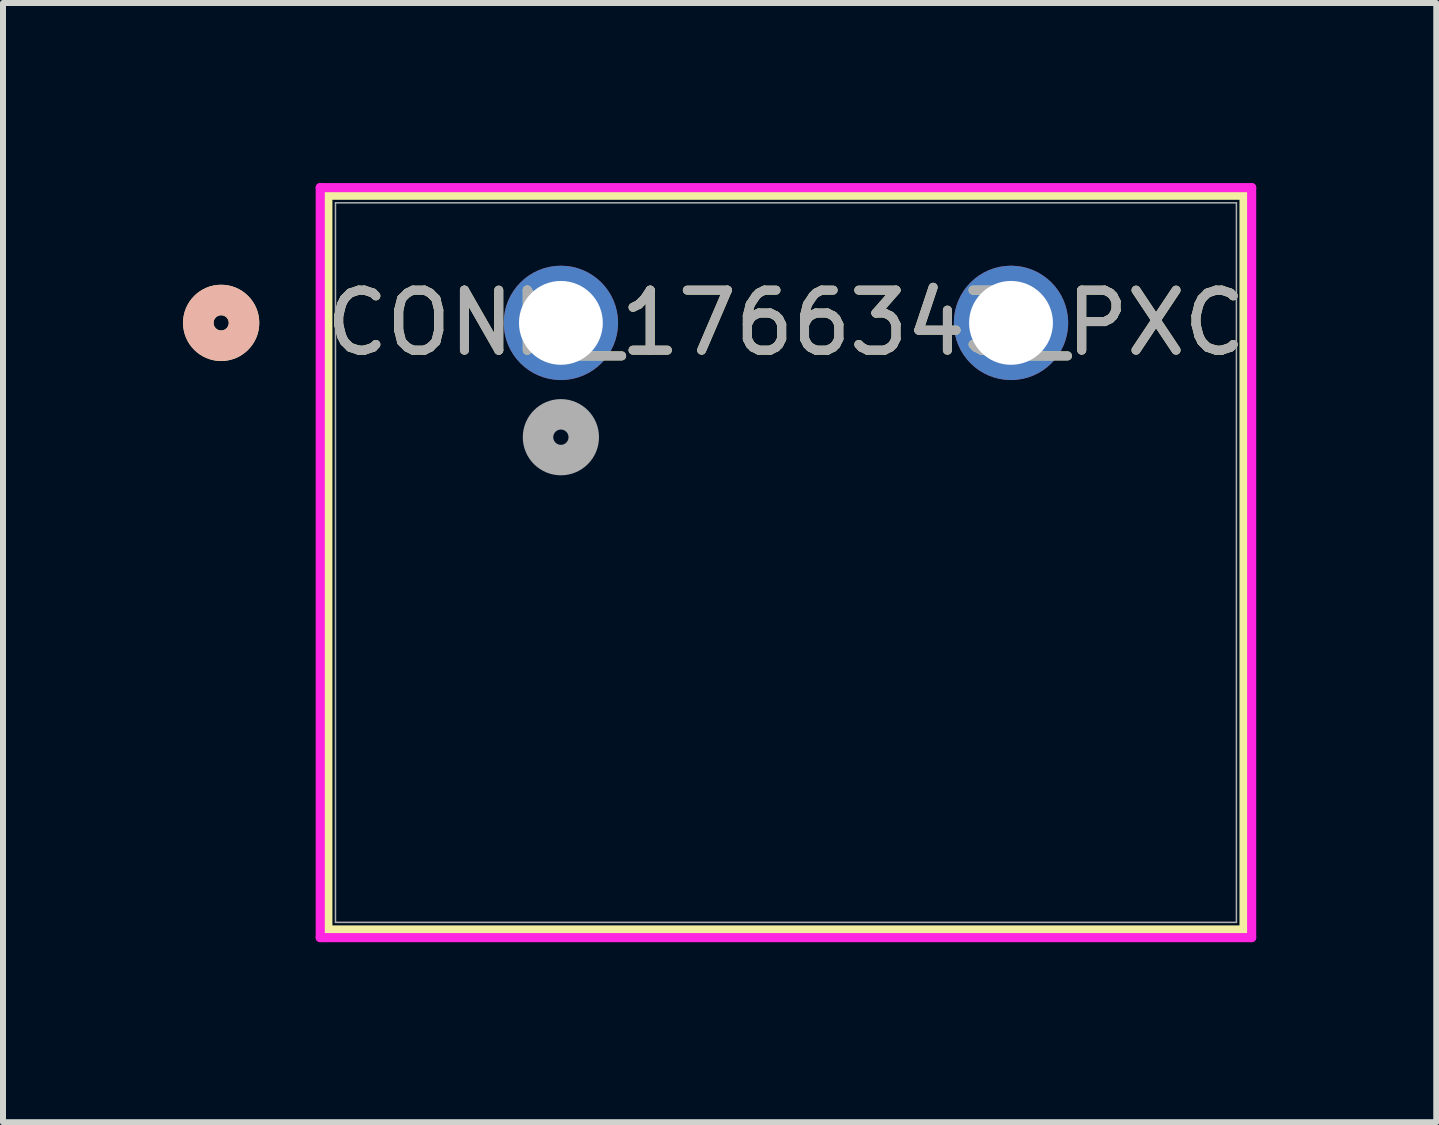
<source format=kicad_pcb>
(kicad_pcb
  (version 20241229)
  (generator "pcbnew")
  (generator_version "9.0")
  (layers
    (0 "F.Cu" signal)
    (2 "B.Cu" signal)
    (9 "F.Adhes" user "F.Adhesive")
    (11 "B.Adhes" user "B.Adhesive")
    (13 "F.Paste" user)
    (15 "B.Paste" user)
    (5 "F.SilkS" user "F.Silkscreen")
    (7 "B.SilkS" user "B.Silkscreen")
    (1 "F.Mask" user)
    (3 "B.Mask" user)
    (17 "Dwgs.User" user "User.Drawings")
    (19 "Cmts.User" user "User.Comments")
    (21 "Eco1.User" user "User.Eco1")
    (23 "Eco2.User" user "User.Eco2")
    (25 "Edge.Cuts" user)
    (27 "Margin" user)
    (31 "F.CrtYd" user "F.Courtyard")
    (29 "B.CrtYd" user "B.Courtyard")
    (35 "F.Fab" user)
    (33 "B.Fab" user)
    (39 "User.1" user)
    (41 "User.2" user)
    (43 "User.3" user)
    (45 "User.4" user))
  (footprint "CONN_1766343_PXC"
    (layer "F.Cu")
    (at 6.296 2.33)
    (property "Reference" "CONN_1766343_PXC" (at 3.75 0 0) (unlocked yes) (layer "F.SilkS") (effects (font (size 1 1) (thickness 0.15))))
    (attr through_hole)
    (fp_line (start -3.883 -2.127) (end -3.883 10.116) (stroke (width 0.152) (type solid)) (layer "F.SilkS"))
    (fp_line (start -3.883 10.116) (end 11.383 10.116) (stroke (width 0.152) (type solid)) (layer "F.SilkS"))
    (fp_line (start 11.383 -2.127) (end -3.883 -2.127) (stroke (width 0.152) (type solid)) (layer "F.SilkS"))
    (fp_line (start 11.383 10.116) (end 11.383 -2.127) (stroke (width 0.152) (type solid)) (layer "F.SilkS"))
    (fp_circle (center -5.661 0) (end -5.28 0) (stroke (width 0.508) (type solid)) (fill no) (layer "F.SilkS"))
    (fp_circle (center -5.661 0) (end -5.28 0) (stroke (width 0.508) (type solid)) (fill no) (layer "B.SilkS"))
    (fp_line (start -4.01 -2.254) (end -4.01 10.243) (stroke (width 0.152) (type solid)) (layer "F.CrtYd"))
    (fp_line (start -4.01 10.243) (end 11.51 10.243) (stroke (width 0.152) (type solid)) (layer "F.CrtYd"))
    (fp_line (start 11.51 -2.254) (end -4.01 -2.254) (stroke (width 0.152) (type solid)) (layer "F.CrtYd"))
    (fp_line (start 11.51 10.243) (end 11.51 -2.254) (stroke (width 0.152) (type solid)) (layer "F.CrtYd"))
    (fp_line (start -3.756 -2) (end -3.756 9.989) (stroke (width 0.025) (type solid)) (layer "F.Fab"))
    (fp_line (start -3.756 9.989) (end 11.256 9.989) (stroke (width 0.025) (type solid)) (layer "F.Fab"))
    (fp_line (start 11.256 -2) (end -3.756 -2) (stroke (width 0.025) (type solid)) (layer "F.Fab"))
    (fp_line (start 11.256 9.989) (end 11.256 -2) (stroke (width 0.025) (type solid)) (layer "F.Fab"))
    (fp_circle (center 0 1.905) (end 0.381 1.905) (stroke (width 0.508) (type solid)) (fill no) (layer "F.Fab"))
    (fp_text user "${REFERENCE}" (at 3.75 0 0) (unlocked yes) (layer "F.Fab") (effects (font (size 1 1) (thickness 0.15))))
    (pad "1" thru_hole circle (at 0 0) (size 1.905 1.905) (drill 1.397) (layers "*.Cu" "*.Mask"))
    (pad "2" thru_hole circle (at 7.5 0) (size 1.905 1.905) (drill 1.397) (layers "*.Cu" "*.Mask")))
  (gr_rect
    (start -3 -3)
    (end 20.882 15.649)
    (stroke (width 0.1) (type default))
    (fill no)
    (layer "Edge.Cuts")))
</source>
